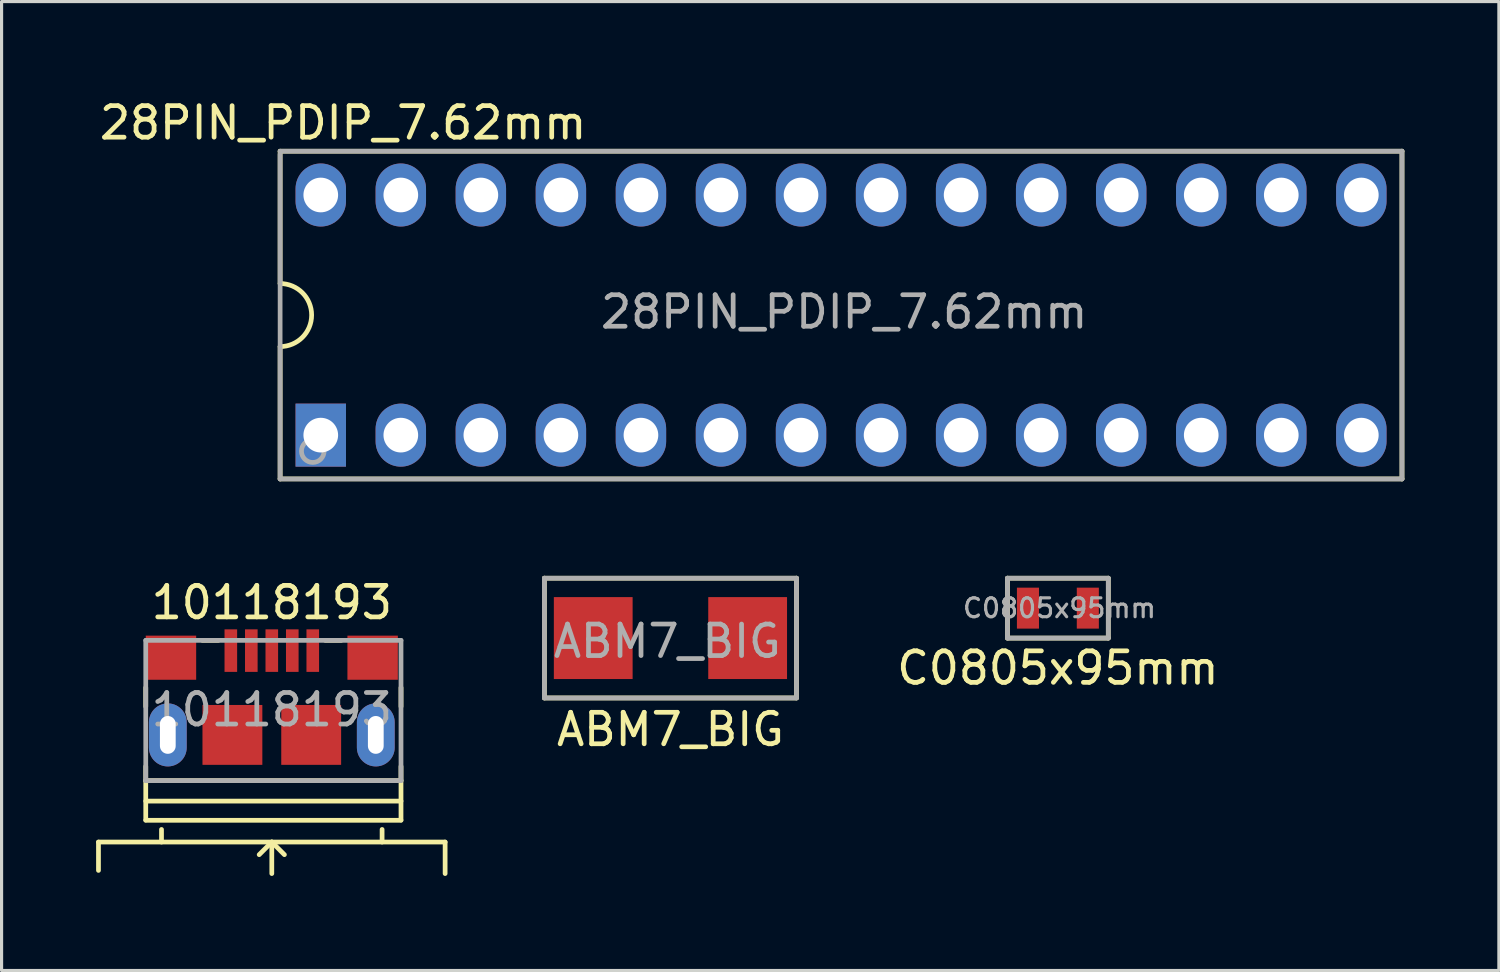
<source format=kicad_pcb>
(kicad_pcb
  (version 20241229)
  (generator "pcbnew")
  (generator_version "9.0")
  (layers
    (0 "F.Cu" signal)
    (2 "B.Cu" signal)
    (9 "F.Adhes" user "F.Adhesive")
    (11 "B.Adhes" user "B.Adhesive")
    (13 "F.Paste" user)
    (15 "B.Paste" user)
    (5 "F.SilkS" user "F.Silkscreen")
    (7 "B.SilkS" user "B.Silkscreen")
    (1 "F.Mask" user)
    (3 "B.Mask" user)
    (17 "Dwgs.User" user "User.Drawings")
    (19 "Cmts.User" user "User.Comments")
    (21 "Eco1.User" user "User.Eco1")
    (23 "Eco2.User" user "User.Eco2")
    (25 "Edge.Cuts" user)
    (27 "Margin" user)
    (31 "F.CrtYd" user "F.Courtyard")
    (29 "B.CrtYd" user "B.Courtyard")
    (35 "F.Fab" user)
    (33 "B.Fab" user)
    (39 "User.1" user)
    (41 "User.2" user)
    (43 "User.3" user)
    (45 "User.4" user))
  (footprint "10118193"
    (layer "F.Cu")
    (at 5.575 20.271)
    (property "Reference" "10118193" (at 0 -4.2 0) (layer "F.SilkS") (effects (font (size 1 1) (thickness 0.15))))
    (attr through_hole)
    (fp_line (start -5.5 3.4) (end -5.5 4.3) (stroke (width 0.15) (type solid)) (layer "F.SilkS"))
    (fp_line (start -5.5 3.4) (end 5.5 3.4) (stroke (width 0.15) (type solid)) (layer "F.SilkS"))
    (fp_line (start -4 -0.9) (end -4 -1.5) (stroke (width 0.15) (type solid)) (layer "F.SilkS"))
    (fp_line (start -4 1.45) (end 4.1 1.45) (stroke (width 0.15) (type solid)) (layer "F.SilkS"))
    (fp_line (start -4 2.1) (end 4.1 2.1) (stroke (width 0.15) (type solid)) (layer "F.SilkS"))
    (fp_line (start -4 2.7) (end -4 1) (stroke (width 0.15) (type solid)) (layer "F.SilkS"))
    (fp_line (start -4 2.71) (end 4.1 2.71) (stroke (width 0.15) (type solid)) (layer "F.SilkS"))
    (fp_line (start -3.5 3.4) (end -3.5 3) (stroke (width 0.15) (type solid)) (layer "F.SilkS"))
    (fp_line (start -2.2 -3) (end -1.7 -3) (stroke (width 0.15) (type solid)) (layer "F.SilkS"))
    (fp_line (start -0.4 3.8) (end 0 3.4) (stroke (width 0.15) (type solid)) (layer "F.SilkS"))
    (fp_line (start 0 3.4) (end 0.4 3.8) (stroke (width 0.15) (type solid)) (layer "F.SilkS"))
    (fp_line (start 0 4.4) (end 0 3.4) (stroke (width 0.15) (type solid)) (layer "F.SilkS"))
    (fp_line (start 2.2 -3) (end 1.7 -3) (stroke (width 0.15) (type solid)) (layer "F.SilkS"))
    (fp_line (start 3.5 3.4) (end 3.5 3) (stroke (width 0.15) (type solid)) (layer "F.SilkS"))
    (fp_line (start 4.1 -1.5) (end 4.1 -0.9) (stroke (width 0.15) (type solid)) (layer "F.SilkS"))
    (fp_line (start 4.1 2.7) (end 4.1 1) (stroke (width 0.15) (type solid)) (layer "F.SilkS"))
    (fp_line (start 5.5 3.4) (end 5.5 4.4) (stroke (width 0.15) (type solid)) (layer "F.SilkS"))
    (fp_line (start -4 -3) (end -4 1.45) (stroke (width 0.15) (type solid)) (layer "F.Fab"))
    (fp_line (start -4 1.45) (end 4.1 1.45) (stroke (width 0.15) (type solid)) (layer "F.Fab"))
    (fp_line (start 4.1 -3) (end -4 -3) (stroke (width 0.15) (type solid)) (layer "F.Fab"))
    (fp_line (start 4.1 1.45) (end 4.1 -3) (stroke (width 0.15) (type solid)) (layer "F.Fab"))
    (fp_text user "${REFERENCE}" (at 0 -0.8 0) (layer "F.Fab") (effects (font (size 1 1) (thickness 0.15))))
    (pad "1" smd rect (at -1.3 -2.675) (size 0.4 1.35) (layers "F.Cu" "F.Mask" "F.Paste"))
    (pad "2" smd rect (at -0.65 -2.675) (size 0.4 1.35) (layers "F.Cu" "F.Mask" "F.Paste"))
    (pad "3" smd rect (at 0 -2.675) (size 0.4 1.35) (layers "F.Cu" "F.Mask" "F.Paste"))
    (pad "4" smd rect (at 0.65 -2.675) (size 0.4 1.35) (layers "F.Cu" "F.Mask" "F.Paste"))
    (pad "5" smd rect (at 1.3 -2.675) (size 0.4 1.35) (layers "F.Cu" "F.Mask" "F.Paste"))
    (pad "6" smd rect (at -3.2 -2.45) (size 1.6 1.4) (layers "F.Cu" "F.Mask" "F.Paste"))
    (pad "7" smd rect (at 3.2 -2.45) (size 1.6 1.4) (layers "F.Cu" "F.Mask" "F.Paste"))
    (pad "8" smd rect (at -1.25 0) (size 1.9 1.9) (layers "F.Cu" "F.Mask" "F.Paste"))
    (pad "9" smd rect (at 1.25 0) (size 1.9 1.9) (layers "F.Cu" "F.Mask" "F.Paste"))
    (pad "10" thru_hole oval (at -3.3 0) (size 1.2 2) (drill oval 0.5 1.2) (layers "*.Cu" "*.Mask"))
    (pad "11" thru_hole oval (at 3.3 0) (size 1.2 2) (drill oval 0.5 1.2) (layers "*.Cu" "*.Mask")))
  (footprint "28PIN_PDIP_7.62mm"
    (layer "F.Cu")
    (at 7.129 10.758)
    (property "Reference" "28PIN_PDIP_7.62mm" (at 0.71 -9.91 0) (layer "F.SilkS") (effects (font (size 1 1) (thickness 0.15))))
    (attr through_hole)
    (fp_line (start -1.29 -9.01) (end -1.29 -4.81) (stroke (width 0.15) (type solid)) (layer "F.SilkS"))
    (fp_line (start -1.29 1.39) (end -1.29 -2.81) (stroke (width 0.15) (type solid)) (layer "F.SilkS"))
    (fp_line (start 34.31 -9.01) (end -1.29 -9.01) (stroke (width 0.15) (type solid)) (layer "F.SilkS"))
    (fp_line (start 34.31 -9.01) (end 34.31 1.39) (stroke (width 0.15) (type solid)) (layer "F.SilkS"))
    (fp_line (start 34.31 1.39) (end -1.29 1.39) (stroke (width 0.15) (type solid)) (layer "F.SilkS"))
    (fp_arc (start -1.29 -4.81) (mid -0.29 -3.81) (end -1.29 -2.81) (stroke (width 0.15) (type solid)) (layer "F.SilkS"))
    (fp_line (start -1.29 -9.01) (end 34.31 -9.01) (stroke (width 0.15) (type solid)) (layer "F.Fab"))
    (fp_line (start -1.29 1.39) (end -1.29 -8.91) (stroke (width 0.15) (type solid)) (layer "F.Fab"))
    (fp_line (start 34.31 -9.01) (end 34.31 1.39) (stroke (width 0.15) (type solid)) (layer "F.Fab"))
    (fp_line (start 34.31 1.39) (end -1.29 1.39) (stroke (width 0.15) (type solid)) (layer "F.Fab"))
    (fp_circle (center -0.254 0.508) (end 0.105 0.508) (stroke (width 0.15) (type solid)) (fill no) (layer "F.Fab"))
    (fp_text user "${REFERENCE}" (at 16.61 -3.91 0) (layer "F.Fab") (effects (font (size 1 1) (thickness 0.15))))
    (pad "1" thru_hole rect (at 0 0) (size 1.6 2) (drill 1.1) (layers "*.Cu" "*.Mask"))
    (pad "2" thru_hole oval (at 2.54 0) (size 1.6 2) (drill 1.1) (layers "*.Cu" "*.Mask"))
    (pad "3" thru_hole oval (at 5.08 0) (size 1.6 2) (drill 1.1) (layers "*.Cu" "*.Mask"))
    (pad "4" thru_hole oval (at 7.62 0) (size 1.6 2) (drill 1.1) (layers "*.Cu" "*.Mask"))
    (pad "5" thru_hole oval (at 10.16 0) (size 1.6 2) (drill 1.1) (layers "*.Cu" "*.Mask"))
    (pad "6" thru_hole oval (at 12.7 0) (size 1.6 2) (drill 1.1) (layers "*.Cu" "*.Mask"))
    (pad "7" thru_hole oval (at 15.24 0) (size 1.6 2) (drill 1.1) (layers "*.Cu" "*.Mask"))
    (pad "8" thru_hole oval (at 17.78 0) (size 1.6 2) (drill 1.1) (layers "*.Cu" "*.Mask"))
    (pad "9" thru_hole oval (at 20.32 0) (size 1.6 2) (drill 1.1) (layers "*.Cu" "*.Mask"))
    (pad "10" thru_hole oval (at 22.86 0) (size 1.6 2) (drill 1.1) (layers "*.Cu" "*.Mask"))
    (pad "11" thru_hole oval (at 25.4 0) (size 1.6 2) (drill 1.1) (layers "*.Cu" "*.Mask"))
    (pad "12" thru_hole oval (at 27.94 0) (size 1.6 2) (drill 1.1) (layers "*.Cu" "*.Mask"))
    (pad "13" thru_hole oval (at 30.48 0) (size 1.6 2) (drill 1.1) (layers "*.Cu" "*.Mask"))
    (pad "14" thru_hole oval (at 33.02 0) (size 1.6 2) (drill 1.1) (layers "*.Cu" "*.Mask"))
    (pad "15" thru_hole oval (at 33.02 -7.62) (size 1.6 2) (drill 1.1) (layers "*.Cu" "*.Mask"))
    (pad "16" thru_hole oval (at 30.48 -7.62) (size 1.6 2) (drill 1.1) (layers "*.Cu" "*.Mask"))
    (pad "17" thru_hole oval (at 27.94 -7.62) (size 1.6 2) (drill 1.1) (layers "*.Cu" "*.Mask"))
    (pad "18" thru_hole oval (at 25.4 -7.62) (size 1.6 2) (drill 1.1) (layers "*.Cu" "*.Mask"))
    (pad "19" thru_hole oval (at 22.86 -7.62) (size 1.6 2) (drill 1.1) (layers "*.Cu" "*.Mask"))
    (pad "20" thru_hole oval (at 20.32 -7.62) (size 1.6 2) (drill 1.1) (layers "*.Cu" "*.Mask"))
    (pad "21" thru_hole oval (at 17.78 -7.62) (size 1.6 2) (drill 1.1) (layers "*.Cu" "*.Mask"))
    (pad "22" thru_hole oval (at 15.24 -7.62) (size 1.6 2) (drill 1.1) (layers "*.Cu" "*.Mask"))
    (pad "23" thru_hole oval (at 12.7 -7.62) (size 1.6 2) (drill 1.1) (layers "*.Cu" "*.Mask"))
    (pad "24" thru_hole oval (at 10.16 -7.62) (size 1.6 2) (drill 1.1) (layers "*.Cu" "*.Mask"))
    (pad "25" thru_hole oval (at 7.62 -7.62) (size 1.6 2) (drill 1.1) (layers "*.Cu" "*.Mask"))
    (pad "26" thru_hole oval (at 5.08 -7.62) (size 1.6 2) (drill 1.1) (layers "*.Cu" "*.Mask"))
    (pad "27" thru_hole oval (at 2.54 -7.62) (size 1.6 2) (drill 1.1) (layers "*.Cu" "*.Mask"))
    (pad "28" thru_hole oval (at 0 -7.62) (size 1.6 2) (drill 1.1) (layers "*.Cu" "*.Mask")))
  (footprint "ABM7_BIG"
    (layer "F.Cu")
    (at 18.225 17.198)
    (property "Reference" "ABM7_BIG" (at 0 2.9 0) (layer "F.SilkS") (effects (font (size 1 1) (thickness 0.15))))
    (attr through_hole)
    (fp_line (start -4 -1.9) (end 4 -1.9) (stroke (width 0.15) (type solid)) (layer "F.SilkS"))
    (fp_line (start -4 1.9) (end -4 -1.9) (stroke (width 0.15) (type solid)) (layer "F.SilkS"))
    (fp_line (start 4 -1.9) (end 4 1.9) (stroke (width 0.15) (type solid)) (layer "F.SilkS"))
    (fp_line (start 4 1.9) (end -4 1.9) (stroke (width 0.15) (type solid)) (layer "F.SilkS"))
    (fp_line (start -4 -1.9) (end 4 -1.9) (stroke (width 0.15) (type solid)) (layer "F.Fab"))
    (fp_line (start -4 1.9) (end -4 -1.9) (stroke (width 0.15) (type solid)) (layer "F.Fab"))
    (fp_line (start 4 -1.9) (end 4 1.9) (stroke (width 0.15) (type solid)) (layer "F.Fab"))
    (fp_line (start 4 1.9) (end -4 1.9) (stroke (width 0.15) (type solid)) (layer "F.Fab"))
    (fp_text user "${REFERENCE}" (at -0.1 0.1 0) (layer "F.Fab") (effects (font (size 1 1) (thickness 0.15))))
    (pad "1" smd rect (at -2.45 0) (size 2.5 2.6) (layers "F.Cu" "F.Mask" "F.Paste"))
    (pad "2" smd rect (at 2.45 0) (size 2.5 2.6) (layers "F.Cu" "F.Mask" "F.Paste")))
  (footprint "C0805x95mm"
    (layer "F.Cu")
    (at 30.52 16.248)
    (property "Reference" "C0805x95mm" (at 0 1.9 0) (layer "F.SilkS") (effects (font (size 1 1) (thickness 0.15))))
    (attr through_hole)
    (fp_line (start -1.6 -0.95) (end -1.6 0.95) (stroke (width 0.15) (type solid)) (layer "F.SilkS"))
    (fp_line (start -1.6 0.95) (end 1.6 0.95) (stroke (width 0.15) (type solid)) (layer "F.SilkS"))
    (fp_line (start 1.6 -0.95) (end -1.6 -0.95) (stroke (width 0.15) (type solid)) (layer "F.SilkS"))
    (fp_line (start 1.6 -0.95) (end 1.6 0.95) (stroke (width 0.15) (type solid)) (layer "F.SilkS"))
    (fp_line (start -1.6 -0.95) (end 1.6 -0.95) (stroke (width 0.15) (type solid)) (layer "F.Fab"))
    (fp_line (start -1.6 0.95) (end -1.6 -0.95) (stroke (width 0.15) (type solid)) (layer "F.Fab"))
    (fp_line (start 1.6 -0.95) (end 1.6 0.95) (stroke (width 0.15) (type solid)) (layer "F.Fab"))
    (fp_line (start 1.6 0.95) (end -1.6 0.95) (stroke (width 0.15) (type solid)) (layer "F.Fab"))
    (fp_text user "${REFERENCE}" (at 0.05 0 0) (layer "F.Fab") (effects (font (size 0.6 0.6) (thickness 0.1))))
    (pad "1" smd rect (at -0.95 0) (size 0.7 1.3) (layers "F.Cu" "F.Mask" "F.Paste"))
    (pad "2" smd rect (at 0.95 0) (size 0.7 1.3) (layers "F.Cu" "F.Mask" "F.Paste")))
  (gr_rect
    (start -3 -3)
    (end 44.514 27.747)
    (stroke (width 0.1) (type default))
    (fill no)
    (layer "Edge.Cuts")))
</source>
